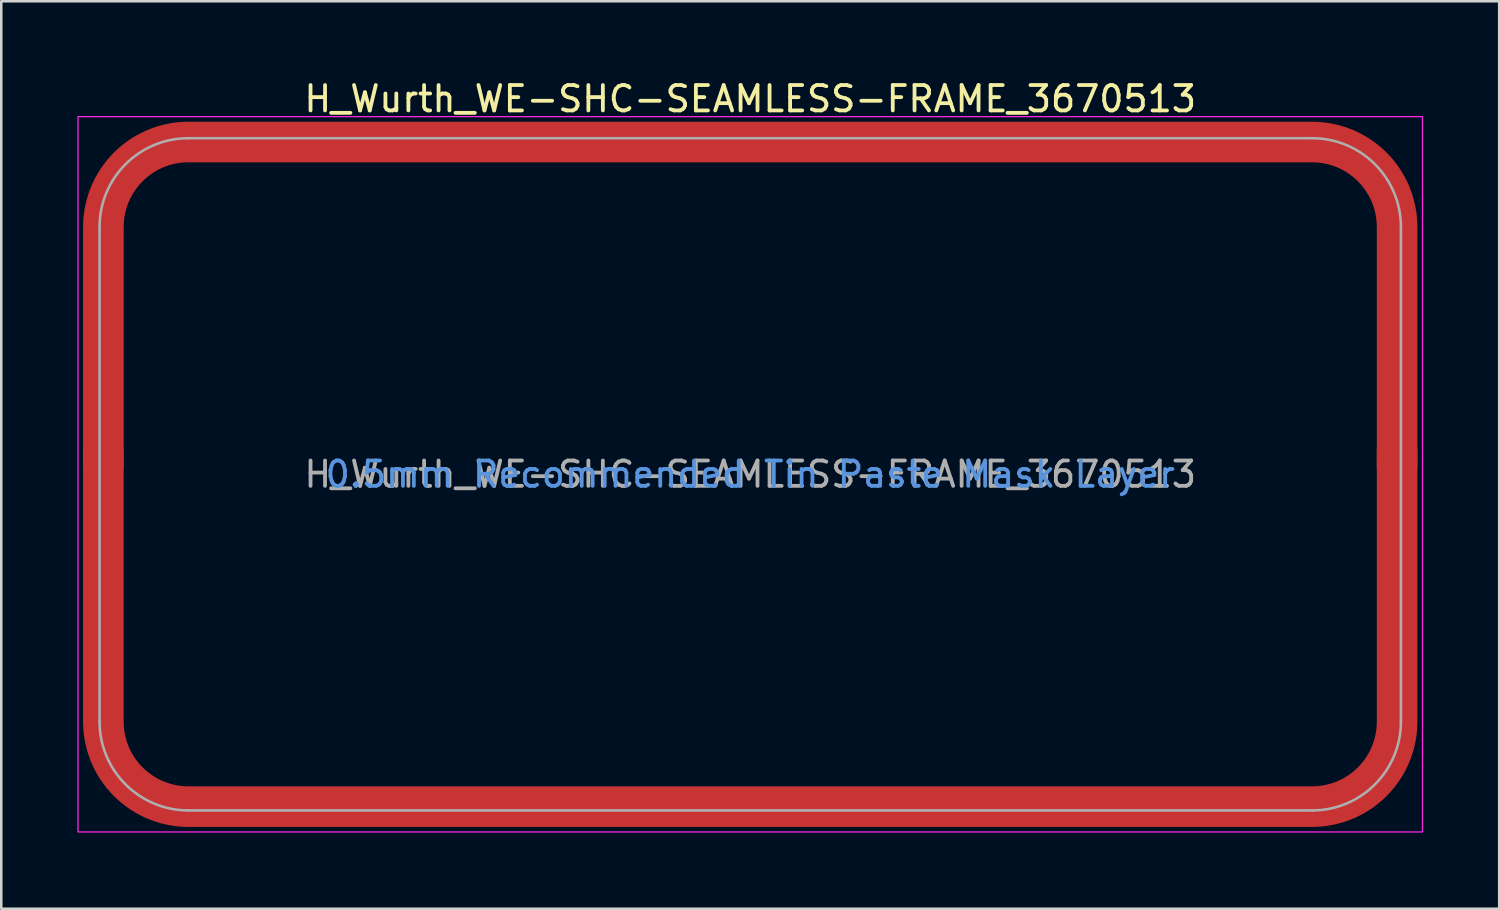
<source format=kicad_pcb>
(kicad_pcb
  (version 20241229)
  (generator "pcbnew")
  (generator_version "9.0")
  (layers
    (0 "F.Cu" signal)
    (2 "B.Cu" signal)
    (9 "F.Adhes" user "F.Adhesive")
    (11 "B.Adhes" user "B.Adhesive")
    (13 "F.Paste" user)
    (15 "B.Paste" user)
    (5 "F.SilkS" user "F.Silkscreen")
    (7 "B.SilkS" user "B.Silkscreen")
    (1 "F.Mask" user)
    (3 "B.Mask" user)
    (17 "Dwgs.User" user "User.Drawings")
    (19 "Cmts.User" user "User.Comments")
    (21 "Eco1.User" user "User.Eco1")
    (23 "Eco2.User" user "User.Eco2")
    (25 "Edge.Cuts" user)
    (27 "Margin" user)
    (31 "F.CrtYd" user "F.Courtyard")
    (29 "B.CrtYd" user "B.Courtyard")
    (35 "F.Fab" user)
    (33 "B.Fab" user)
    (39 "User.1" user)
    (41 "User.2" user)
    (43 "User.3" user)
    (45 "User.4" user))
  (footprint "H_Wurth_WE-SHC-SEAMLESS-FRAME_3670513"
    (layer "F.Cu")
    (at 26.525 15.648)
    (property "Reference" "H_Wurth_WE-SHC-SEAMLESS-FRAME_3670513" (at 0 -14.8 0) (unlocked yes) (layer "F.SilkS") (effects (font (size 1 1) (thickness 0.15))))
    (attr smd)
    (fp_poly (pts (xy -24.75 -0.25) (xy -26.25 -0.25) (xy -26.25 -9.75) (xy -26.244 -9.965) (xy -26.228 -10.179) (xy -26.2 -10.391) (xy -26.16 -10.602) (xy -26.11 -10.811) (xy -26.049 -11.017) (xy -25.978 -11.219) (xy -25.896 -11.418) (xy -25.803 -11.611) (xy -25.701 -11.8) (xy -25.589 -11.983) (xy -25.467 -12.16) (xy -25.336 -12.33) (xy -25.197 -12.493) (xy -25.049 -12.649) (xy -24.893 -12.797) (xy -24.73 -12.936) (xy -24.56 -13.067) (xy -24.383 -13.189) (xy -24.2 -13.301) (xy -24.011 -13.403) (xy -23.818 -13.496) (xy -23.619 -13.578) (xy -23.417 -13.649) (xy -23.211 -13.71) (xy -23.002 -13.76) (xy -22.791 -13.8) (xy -22.579 -13.828) (xy -22.365 -13.844) (xy -22.15 -13.85) (xy 22.15 -13.85) (xy 22.365 -13.844) (xy 22.579 -13.828) (xy 22.791 -13.8) (xy 23.002 -13.76) (xy 23.211 -13.71) (xy 23.417 -13.649) (xy 23.619 -13.578) (xy 23.818 -13.496) (xy 24.011 -13.403) (xy 24.2 -13.301) (xy 24.383 -13.189) (xy 24.56 -13.067) (xy 24.73 -12.936) (xy 24.893 -12.797) (xy 25.049 -12.649) (xy 25.197 -12.493) (xy 25.336 -12.33) (xy 25.467 -12.16) (xy 25.589 -11.983) (xy 25.701 -11.8) (xy 25.803 -11.611) (xy 25.896 -11.418) (xy 25.978 -11.219) (xy 26.049 -11.017) (xy 26.11 -10.811) (xy 26.16 -10.602) (xy 26.2 -10.391) (xy 26.228 -10.179) (xy 26.244 -9.965) (xy 26.25 -9.75) (xy 26.25 -0.25) (xy 24.75 -0.25) (xy 24.75 -9.75) (xy 24.746 -9.886) (xy 24.736 -10.022) (xy 24.718 -10.157) (xy 24.693 -10.291) (xy 24.661 -10.423) (xy 24.623 -10.553) (xy 24.577 -10.682) (xy 24.525 -10.808) (xy 24.467 -10.93) (xy 24.402 -11.05) (xy 24.331 -11.166) (xy 24.253 -11.278) (xy 24.171 -11.386) (xy 24.082 -11.49) (xy 23.988 -11.588) (xy 23.89 -11.682) (xy 23.786 -11.771) (xy 23.678 -11.853) (xy 23.566 -11.931) (xy 23.45 -12.002) (xy 23.33 -12.067) (xy 23.208 -12.125) (xy 23.082 -12.177) (xy 22.953 -12.223) (xy 22.823 -12.261) (xy 22.691 -12.293) (xy 22.557 -12.318) (xy 22.422 -12.336) (xy 22.286 -12.346) (xy 22.15 -12.35) (xy -22.15 -12.35) (xy -22.286 -12.346) (xy -22.422 -12.336) (xy -22.557 -12.318) (xy -22.691 -12.293) (xy -22.823 -12.261) (xy -22.953 -12.223) (xy -23.082 -12.177) (xy -23.208 -12.125) (xy -23.33 -12.067) (xy -23.45 -12.002) (xy -23.566 -11.931) (xy -23.678 -11.853) (xy -23.786 -11.771) (xy -23.89 -11.682) (xy -23.988 -11.588) (xy -24.082 -11.49) (xy -24.171 -11.386) (xy -24.253 -11.278) (xy -24.331 -11.166) (xy -24.402 -11.05) (xy -24.467 -10.93) (xy -24.525 -10.808) (xy -24.577 -10.682) (xy -24.623 -10.553) (xy -24.661 -10.423) (xy -24.693 -10.291) (xy -24.718 -10.157) (xy -24.736 -10.022) (xy -24.746 -9.886) (xy -24.75 -9.75) (xy -24.75 -0.25)) (stroke (width 0.1) (type solid)) (fill yes) (layer "F.Cu"))
    (fp_poly (pts (xy -24.75 -0.25) (xy -26.25 -0.25) (xy -26.25 -9.75) (xy -26.244 -9.965) (xy -26.228 -10.179) (xy -26.2 -10.391) (xy -26.16 -10.602) (xy -26.11 -10.811) (xy -26.049 -11.017) (xy -25.978 -11.219) (xy -25.896 -11.418) (xy -25.803 -11.611) (xy -25.701 -11.8) (xy -25.589 -11.983) (xy -25.467 -12.16) (xy -25.336 -12.33) (xy -25.197 -12.493) (xy -25.049 -12.649) (xy -24.893 -12.797) (xy -24.73 -12.936) (xy -24.56 -13.067) (xy -24.383 -13.189) (xy -24.2 -13.301) (xy -24.011 -13.403) (xy -23.818 -13.496) (xy -23.619 -13.578) (xy -23.417 -13.649) (xy -23.211 -13.71) (xy -23.002 -13.76) (xy -22.791 -13.8) (xy -22.579 -13.828) (xy -22.365 -13.844) (xy -22.15 -13.85) (xy 22.15 -13.85) (xy 22.365 -13.844) (xy 22.579 -13.828) (xy 22.791 -13.8) (xy 23.002 -13.76) (xy 23.211 -13.71) (xy 23.417 -13.649) (xy 23.619 -13.578) (xy 23.818 -13.496) (xy 24.011 -13.403) (xy 24.2 -13.301) (xy 24.383 -13.189) (xy 24.56 -13.067) (xy 24.73 -12.936) (xy 24.893 -12.797) (xy 25.049 -12.649) (xy 25.197 -12.493) (xy 25.336 -12.33) (xy 25.467 -12.16) (xy 25.589 -11.983) (xy 25.701 -11.8) (xy 25.803 -11.611) (xy 25.896 -11.418) (xy 25.978 -11.219) (xy 26.049 -11.017) (xy 26.11 -10.811) (xy 26.16 -10.602) (xy 26.2 -10.391) (xy 26.228 -10.179) (xy 26.244 -9.965) (xy 26.25 -9.75) (xy 26.25 -0.25) (xy 24.75 -0.25) (xy 24.75 -9.75) (xy 24.746 -9.886) (xy 24.736 -10.022) (xy 24.718 -10.157) (xy 24.693 -10.291) (xy 24.661 -10.423) (xy 24.623 -10.553) (xy 24.577 -10.682) (xy 24.525 -10.808) (xy 24.467 -10.93) (xy 24.402 -11.05) (xy 24.331 -11.166) (xy 24.253 -11.278) (xy 24.171 -11.386) (xy 24.082 -11.49) (xy 23.988 -11.588) (xy 23.89 -11.682) (xy 23.786 -11.771) (xy 23.678 -11.853) (xy 23.566 -11.931) (xy 23.45 -12.002) (xy 23.33 -12.067) (xy 23.208 -12.125) (xy 23.082 -12.177) (xy 22.953 -12.223) (xy 22.823 -12.261) (xy 22.691 -12.293) (xy 22.557 -12.318) (xy 22.422 -12.336) (xy 22.286 -12.346) (xy 22.15 -12.35) (xy -22.15 -12.35) (xy -22.286 -12.346) (xy -22.422 -12.336) (xy -22.557 -12.318) (xy -22.691 -12.293) (xy -22.823 -12.261) (xy -22.953 -12.223) (xy -23.082 -12.177) (xy -23.208 -12.125) (xy -23.33 -12.067) (xy -23.45 -12.002) (xy -23.566 -11.931) (xy -23.678 -11.853) (xy -23.786 -11.771) (xy -23.89 -11.682) (xy -23.988 -11.588) (xy -24.082 -11.49) (xy -24.171 -11.386) (xy -24.253 -11.278) (xy -24.331 -11.166) (xy -24.402 -11.05) (xy -24.467 -10.93) (xy -24.525 -10.808) (xy -24.577 -10.682) (xy -24.623 -10.553) (xy -24.661 -10.423) (xy -24.693 -10.291) (xy -24.718 -10.157) (xy -24.736 -10.022) (xy -24.746 -9.886) (xy -24.75 -9.75) (xy -24.75 -0.25)) (stroke (width 0.1) (type solid)) (fill yes) (layer "F.Mask"))
    (fp_poly (pts (xy -24.75 -0.25) (xy -26.25 -0.25) (xy -26.25 -9.75) (xy -26.244 -9.965) (xy -26.228 -10.179) (xy -26.2 -10.391) (xy -26.16 -10.602) (xy -26.11 -10.811) (xy -26.049 -11.017) (xy -25.978 -11.219) (xy -25.896 -11.418) (xy -25.803 -11.611) (xy -25.701 -11.8) (xy -25.589 -11.983) (xy -25.467 -12.16) (xy -25.336 -12.33) (xy -25.197 -12.493) (xy -25.049 -12.649) (xy -24.893 -12.797) (xy -24.73 -12.936) (xy -24.56 -13.067) (xy -24.383 -13.189) (xy -24.2 -13.301) (xy -24.011 -13.403) (xy -23.818 -13.496) (xy -23.619 -13.578) (xy -23.417 -13.649) (xy -23.211 -13.71) (xy -23.002 -13.76) (xy -22.791 -13.8) (xy -22.579 -13.828) (xy -22.365 -13.844) (xy -22.15 -13.85) (xy 22.15 -13.85) (xy 22.365 -13.844) (xy 22.579 -13.828) (xy 22.791 -13.8) (xy 23.002 -13.76) (xy 23.211 -13.71) (xy 23.417 -13.649) (xy 23.619 -13.578) (xy 23.818 -13.496) (xy 24.011 -13.403) (xy 24.2 -13.301) (xy 24.383 -13.189) (xy 24.56 -13.067) (xy 24.73 -12.936) (xy 24.893 -12.797) (xy 25.049 -12.649) (xy 25.197 -12.493) (xy 25.336 -12.33) (xy 25.467 -12.16) (xy 25.589 -11.983) (xy 25.701 -11.8) (xy 25.803 -11.611) (xy 25.896 -11.418) (xy 25.978 -11.219) (xy 26.049 -11.017) (xy 26.11 -10.811) (xy 26.16 -10.602) (xy 26.2 -10.391) (xy 26.228 -10.179) (xy 26.244 -9.965) (xy 26.25 -9.75) (xy 26.25 -0.25) (xy 24.75 -0.25) (xy 24.75 -9.75) (xy 24.746 -9.886) (xy 24.736 -10.022) (xy 24.718 -10.157) (xy 24.693 -10.291) (xy 24.661 -10.423) (xy 24.623 -10.553) (xy 24.577 -10.682) (xy 24.525 -10.808) (xy 24.467 -10.93) (xy 24.402 -11.05) (xy 24.331 -11.166) (xy 24.253 -11.278) (xy 24.171 -11.386) (xy 24.082 -11.49) (xy 23.988 -11.588) (xy 23.89 -11.682) (xy 23.786 -11.771) (xy 23.678 -11.853) (xy 23.566 -11.931) (xy 23.45 -12.002) (xy 23.33 -12.067) (xy 23.208 -12.125) (xy 23.082 -12.177) (xy 22.953 -12.223) (xy 22.823 -12.261) (xy 22.691 -12.293) (xy 22.557 -12.318) (xy 22.422 -12.336) (xy 22.286 -12.346) (xy 22.15 -12.35) (xy -22.15 -12.35) (xy -22.286 -12.346) (xy -22.422 -12.336) (xy -22.557 -12.318) (xy -22.691 -12.293) (xy -22.823 -12.261) (xy -22.953 -12.223) (xy -23.082 -12.177) (xy -23.208 -12.125) (xy -23.33 -12.067) (xy -23.45 -12.002) (xy -23.566 -11.931) (xy -23.678 -11.853) (xy -23.786 -11.771) (xy -23.89 -11.682) (xy -23.988 -11.588) (xy -24.082 -11.49) (xy -24.171 -11.386) (xy -24.253 -11.278) (xy -24.331 -11.166) (xy -24.402 -11.05) (xy -24.467 -10.93) (xy -24.525 -10.808) (xy -24.577 -10.682) (xy -24.623 -10.553) (xy -24.661 -10.423) (xy -24.693 -10.291) (xy -24.718 -10.157) (xy -24.736 -10.022) (xy -24.746 -9.886) (xy -24.75 -9.75) (xy -24.75 -0.25)) (stroke (width 0.1) (type solid)) (fill yes) (layer "F.Paste"))
    (fp_rect (start -26.5 -14.1) (end 26.5 14.1) (stroke (width 0.05) (type solid)) (fill no) (layer "F.CrtYd"))
    (fp_line (start -25.65 9.75) (end -25.65 -9.75) (stroke (width 0.1) (type solid)) (layer "F.Fab"))
    (fp_line (start -22.15 -13.25) (end 22.15 -13.25) (stroke (width 0.1) (type solid)) (layer "F.Fab"))
    (fp_line (start -22.15 13.25) (end 22.15 13.25) (stroke (width 0.1) (type solid)) (layer "F.Fab"))
    (fp_line (start 25.65 9.75) (end 25.65 -9.75) (stroke (width 0.1) (type solid)) (layer "F.Fab"))
    (fp_arc (start -25.65 -9.75) (mid -24.624874 -12.224873) (end -22.15 -13.25) (stroke (width 0.1) (type default)) (layer "F.Fab"))
    (fp_arc (start -22.15 13.25) (mid -24.624873 12.224874) (end -25.65 9.75) (stroke (width 0.1) (type default)) (layer "F.Fab"))
    (fp_arc (start 22.15 -13.25) (mid 24.624873 -12.224874) (end 25.65 -9.75) (stroke (width 0.1) (type default)) (layer "F.Fab"))
    (fp_arc (start 25.65 9.75) (mid 24.624874 12.224873) (end 22.15 13.25) (stroke (width 0.1) (type default)) (layer "F.Fab"))
    (fp_text user "0.5mm Recommended Tin Paste Mask Layer" (at 0 0 0) (unlocked yes) (layer "Cmts.User") (effects (font (size 1 1) (thickness 0.15))))
    (fp_text user "${REFERENCE}" (at 0 0 0) (unlocked yes) (layer "F.Fab") (effects (font (size 1 1) (thickness 0.15))))
    (pad "1" smd custom (at 25.5 0) (size 1.5 19.5) (layers "F.Cu" "F.Mask" "F.Paste") (options (anchor rect)) (primitives (gr_poly (pts (xy -0.75 -1) (xy 0.75 -1) (xy 0.75 9.75) (xy 0.744 9.965) (xy 0.728 10.179) (xy 0.7 10.391) (xy 0.66 10.602) (xy 0.61 10.811) (xy 0.549 11.017) (xy 0.478 11.219) (xy 0.396 11.418) (xy 0.303 11.611) (xy 0.201 11.8) (xy 0.089 11.983) (xy -0.033 12.16) (xy -0.164 12.33) (xy -0.303 12.493) (xy -0.451 12.649) (xy -0.607 12.797) (xy -0.77 12.936) (xy -0.94 13.067) (xy -1.117 13.189) (xy -1.3 13.301) (xy -1.489 13.403) (xy -1.682 13.496) (xy -1.881 13.578) (xy -2.083 13.649) (xy -2.289 13.71) (xy -2.498 13.76) (xy -2.709 13.8) (xy -2.921 13.828) (xy -3.135 13.844) (xy -3.35 13.85) (xy -47.65 13.85) (xy -47.865 13.844) (xy -48.079 13.828) (xy -48.291 13.8) (xy -48.502 13.76) (xy -48.711 13.71) (xy -48.917 13.649) (xy -49.119 13.578) (xy -49.318 13.496) (xy -49.511 13.403) (xy -49.7 13.301) (xy -49.883 13.189) (xy -50.06 13.067) (xy -50.23 12.936) (xy -50.393 12.797) (xy -50.549 12.649) (xy -50.697 12.493) (xy -50.836 12.33) (xy -50.967 12.16) (xy -51.089 11.983) (xy -51.201 11.8) (xy -51.303 11.611) (xy -51.396 11.418) (xy -51.478 11.219) (xy -51.549 11.017) (xy -51.61 10.811) (xy -51.66 10.602) (xy -51.7 10.391) (xy -51.728 10.179) (xy -51.744 9.965) (xy -51.75 9.75) (xy -51.75 -1) (xy -50.25 -1) (xy -50.25 9.75) (xy -50.246 9.886) (xy -50.236 10.022) (xy -50.218 10.157) (xy -50.193 10.291) (xy -50.161 10.423) (xy -50.123 10.553) (xy -50.077 10.682) (xy -50.025 10.808) (xy -49.967 10.93) (xy -49.902 11.05) (xy -49.831 11.166) (xy -49.753 11.278) (xy -49.671 11.386) (xy -49.582 11.49) (xy -49.488 11.588) (xy -49.39 11.682) (xy -49.286 11.771) (xy -49.178 11.853) (xy -49.066 11.931) (xy -48.95 12.002) (xy -48.83 12.067) (xy -48.708 12.125) (xy -48.582 12.177) (xy -48.453 12.223) (xy -48.323 12.261) (xy -48.191 12.293) (xy -48.057 12.318) (xy -47.922 12.336) (xy -47.786 12.346) (xy -47.65 12.35) (xy -3.35 12.35) (xy -3.214 12.346) (xy -3.078 12.336) (xy -2.943 12.318) (xy -2.809 12.293) (xy -2.677 12.261) (xy -2.547 12.223) (xy -2.418 12.177) (xy -2.292 12.125) (xy -2.17 12.067) (xy -2.05 12.002) (xy -1.934 11.931) (xy -1.822 11.853) (xy -1.714 11.771) (xy -1.61 11.682) (xy -1.512 11.588) (xy -1.418 11.49) (xy -1.329 11.386) (xy -1.247 11.278) (xy -1.169 11.166) (xy -1.098 11.05) (xy -1.033 10.93) (xy -0.975 10.808) (xy -0.923 10.682) (xy -0.877 10.553) (xy -0.839 10.423) (xy -0.807 10.291) (xy -0.782 10.157) (xy -0.764 10.022) (xy -0.754 9.886) (xy -0.75 9.75) (xy -0.75 -1)) (width 0.1) (fill yes)))))
  (gr_rect
    (start -3 -3)
    (end 56.05 32.773)
    (stroke (width 0.1) (type default))
    (fill no)
    (layer "Edge.Cuts")))
</source>
